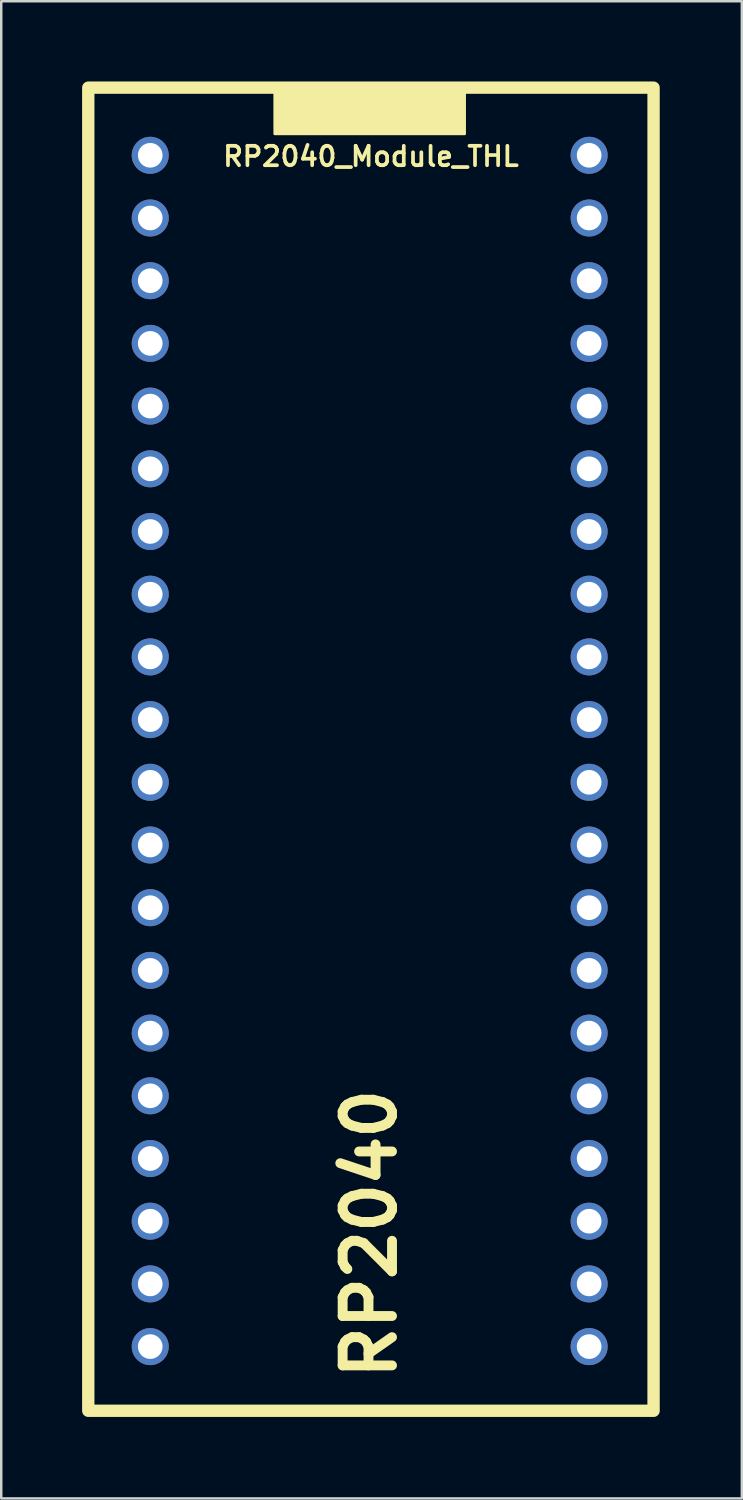
<source format=kicad_pcb>
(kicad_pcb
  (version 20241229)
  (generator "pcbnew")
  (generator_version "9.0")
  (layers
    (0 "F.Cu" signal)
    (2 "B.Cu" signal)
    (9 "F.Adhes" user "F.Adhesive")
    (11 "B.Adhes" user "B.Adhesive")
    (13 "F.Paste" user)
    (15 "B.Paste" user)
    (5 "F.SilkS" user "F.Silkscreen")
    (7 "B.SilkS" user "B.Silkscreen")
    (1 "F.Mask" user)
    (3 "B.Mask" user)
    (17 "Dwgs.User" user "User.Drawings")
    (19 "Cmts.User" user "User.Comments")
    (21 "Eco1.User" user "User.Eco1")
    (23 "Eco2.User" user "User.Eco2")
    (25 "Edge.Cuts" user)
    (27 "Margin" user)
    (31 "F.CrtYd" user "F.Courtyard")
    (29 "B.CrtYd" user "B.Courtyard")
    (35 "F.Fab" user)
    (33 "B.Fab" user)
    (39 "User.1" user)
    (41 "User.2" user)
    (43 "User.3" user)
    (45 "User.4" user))
  (footprint "RP2040_Module_THL"
    (layer "F.Cu")
    (at 11.926 26.101)
    (property "Reference" "RP2040_Module_THL" (at 0.05 -23.275 0) (layer "F.SilkS") (effects (font (size 0.787 0.787) (thickness 0.15)) (justify top)))
    (attr through_hole)
    (fp_rect (start -11.4 -25.6) (end 11.5 28) (stroke (width 0.5) (type solid)) (fill no) (layer "F.SilkS"))
    (fp_rect (start -3.85 -25.6) (end 3.85 -23.725) (stroke (width 0.1) (type solid)) (fill yes) (layer "F.SilkS"))
    (fp_line (start -11.85 -26.025) (end -11.85 28.475) (stroke (width 0.152) (type solid)) (layer "User.2"))
    (fp_line (start -11.85 28.475) (end 12 28.475) (stroke (width 0.152) (type solid)) (layer "User.2"))
    (fp_line (start 12 -26.025) (end -11.85 -26.025) (stroke (width 0.152) (type solid)) (layer "User.2"))
    (fp_line (start 12 28.475) (end 12 -26.025) (stroke (width 0.152) (type solid)) (layer "User.2"))
    (fp_text user "RP2040" (at 0 26.9 90) (unlocked yes) (layer "F.SilkS") (effects (font (size 2 2) (thickness 0.4) (bold yes)) (justify left)))
    (pad "3V3" thru_hole circle (at 8.89 -12.7) (size 1.5 1.5) (drill 1) (layers "*.Cu" "*.Mask"))
    (pad "3V3_EN" thru_hole circle (at 8.89 -15.24) (size 1.5 1.5) (drill 1) (layers "*.Cu" "*.Mask"))
    (pad "ADC_VREF" thru_hole circle (at 8.89 -10.16) (size 1.5 1.5) (drill 1) (layers "*.Cu" "*.Mask"))
    (pad "AGND" thru_hole circle (at 8.89 -5.08) (size 1.5 1.5) (drill 1) (layers "*.Cu" "*.Mask"))
    (pad "GND" thru_hole circle (at 8.89 -17.78) (size 1.5 1.5) (drill 1) (layers "*.Cu" "*.Mask"))
    (pad "GND2" thru_hole circle (at 8.89 7.62) (size 1.5 1.5) (drill 1) (layers "*.Cu" "*.Mask"))
    (pad "GND3" thru_hole circle (at 8.89 20.32) (size 1.5 1.5) (drill 1) (layers "*.Cu" "*.Mask"))
    (pad "GND4" thru_hole circle (at -8.89 -17.78) (size 1.5 1.5) (drill 1) (layers "*.Cu" "*.Mask"))
    (pad "GND5" thru_hole circle (at -8.89 -5.08) (size 1.5 1.5) (drill 1) (layers "*.Cu" "*.Mask"))
    (pad "GND6" thru_hole circle (at -8.89 7.62) (size 1.5 1.5) (drill 1) (layers "*.Cu" "*.Mask"))
    (pad "GND7" thru_hole circle (at -8.89 20.32) (size 1.5 1.5) (drill 1) (layers "*.Cu" "*.Mask"))
    (pad "GP0" thru_hole circle (at -8.89 -22.86) (size 1.5 1.5) (drill 1) (layers "*.Cu" "*.Mask"))
    (pad "GP1" thru_hole circle (at -8.89 -20.32) (size 1.5 1.5) (drill 1) (layers "*.Cu" "*.Mask"))
    (pad "GP2" thru_hole circle (at -8.89 -15.24) (size 1.5 1.5) (drill 1) (layers "*.Cu" "*.Mask"))
    (pad "GP3" thru_hole circle (at -8.89 -12.7) (size 1.5 1.5) (drill 1) (layers "*.Cu" "*.Mask"))
    (pad "GP4" thru_hole circle (at -8.89 -10.16) (size 1.5 1.5) (drill 1) (layers "*.Cu" "*.Mask"))
    (pad "GP5" thru_hole circle (at -8.89 -7.62) (size 1.5 1.5) (drill 1) (layers "*.Cu" "*.Mask"))
    (pad "GP6" thru_hole circle (at -8.89 -2.54) (size 1.5 1.5) (drill 1) (layers "*.Cu" "*.Mask"))
    (pad "GP7" thru_hole circle (at -8.89 0) (size 1.5 1.5) (drill 1) (layers "*.Cu" "*.Mask"))
    (pad "GP8" thru_hole circle (at -8.89 2.54) (size 1.5 1.5) (drill 1) (layers "*.Cu" "*.Mask"))
    (pad "GP9" thru_hole circle (at -8.89 5.08) (size 1.5 1.5) (drill 1) (layers "*.Cu" "*.Mask"))
    (pad "GP10" thru_hole circle (at -8.89 10.16) (size 1.5 1.5) (drill 1) (layers "*.Cu" "*.Mask"))
    (pad "GP11" thru_hole circle (at -8.89 12.7) (size 1.5 1.5) (drill 1) (layers "*.Cu" "*.Mask"))
    (pad "GP12" thru_hole circle (at -8.89 15.24) (size 1.5 1.5) (drill 1) (layers "*.Cu" "*.Mask"))
    (pad "GP13" thru_hole circle (at -8.89 17.78) (size 1.5 1.5) (drill 1) (layers "*.Cu" "*.Mask"))
    (pad "GP14" thru_hole circle (at -8.89 22.86) (size 1.5 1.5) (drill 1) (layers "*.Cu" "*.Mask"))
    (pad "GP15" thru_hole circle (at -8.89 25.4) (size 1.5 1.5) (drill 1) (layers "*.Cu" "*.Mask"))
    (pad "GP16" thru_hole circle (at 8.89 25.4) (size 1.5 1.5) (drill 1) (layers "*.Cu" "*.Mask"))
    (pad "GP17" thru_hole circle (at 8.89 22.86) (size 1.5 1.5) (drill 1) (layers "*.Cu" "*.Mask"))
    (pad "GP18" thru_hole circle (at 8.89 17.78) (size 1.5 1.5) (drill 1) (layers "*.Cu" "*.Mask"))
    (pad "GP19" thru_hole circle (at 8.89 15.24) (size 1.5 1.5) (drill 1) (layers "*.Cu" "*.Mask"))
    (pad "GP20" thru_hole circle (at 8.89 12.7) (size 1.5 1.5) (drill 1) (layers "*.Cu" "*.Mask"))
    (pad "GP21" thru_hole circle (at 8.89 10.16) (size 1.5 1.5) (drill 1) (layers "*.Cu" "*.Mask"))
    (pad "GP22" thru_hole circle (at 8.89 5.08) (size 1.5 1.5) (drill 1) (layers "*.Cu" "*.Mask"))
    (pad "GP26_A0" thru_hole circle (at 8.89 0) (size 1.5 1.5) (drill 1) (layers "*.Cu" "*.Mask"))
    (pad "GP27_A1" thru_hole circle (at 8.89 -2.54) (size 1.5 1.5) (drill 1) (layers "*.Cu" "*.Mask"))
    (pad "GP28_A2" thru_hole circle (at 8.89 -7.62) (size 1.5 1.5) (drill 1) (layers "*.Cu" "*.Mask"))
    (pad "RUN" thru_hole circle (at 8.89 2.54) (size 1.5 1.5) (drill 1) (layers "*.Cu" "*.Mask"))
    (pad "VBUS" thru_hole circle (at 8.89 -22.86) (size 1.5 1.5) (drill 1) (layers "*.Cu" "*.Mask"))
    (pad "VSYS" thru_hole circle (at 8.89 -20.32) (size 1.5 1.5) (drill 1) (layers "*.Cu" "*.Mask")))
  (gr_rect
    (start -3 -3)
    (end 27.002 57.652)
    (stroke (width 0.1) (type default))
    (fill no)
    (layer "Edge.Cuts")))
</source>
